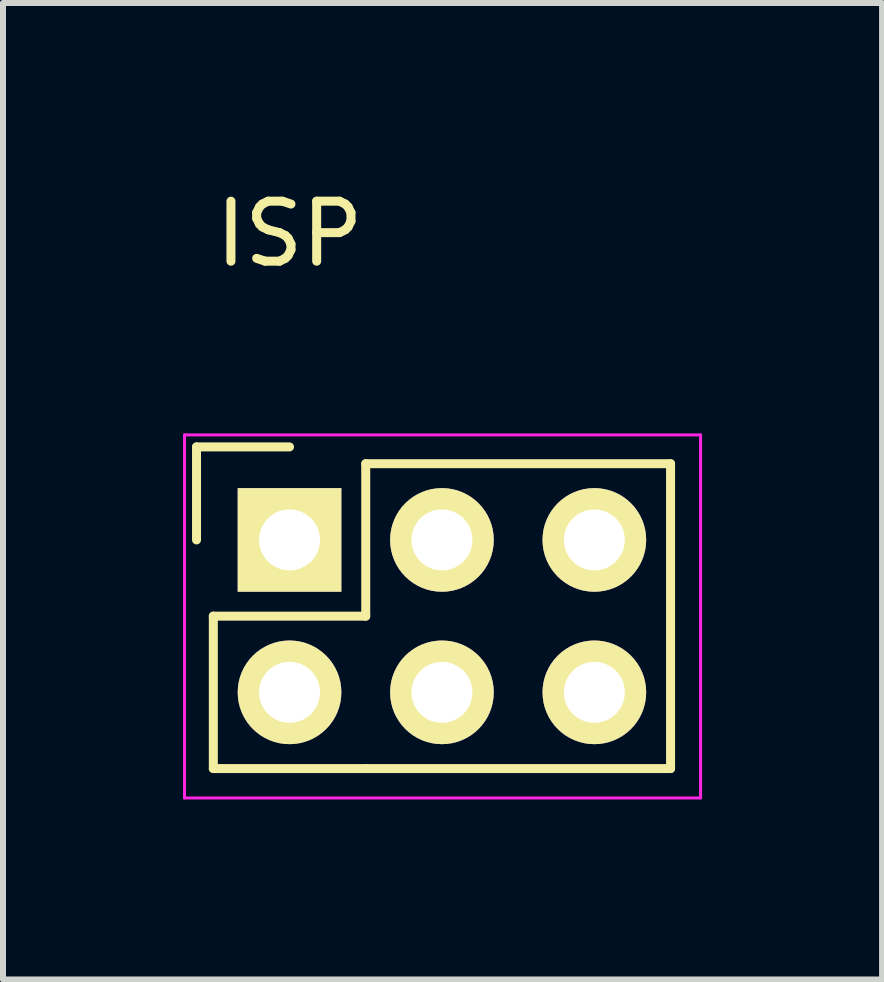
<source format=kicad_pcb>
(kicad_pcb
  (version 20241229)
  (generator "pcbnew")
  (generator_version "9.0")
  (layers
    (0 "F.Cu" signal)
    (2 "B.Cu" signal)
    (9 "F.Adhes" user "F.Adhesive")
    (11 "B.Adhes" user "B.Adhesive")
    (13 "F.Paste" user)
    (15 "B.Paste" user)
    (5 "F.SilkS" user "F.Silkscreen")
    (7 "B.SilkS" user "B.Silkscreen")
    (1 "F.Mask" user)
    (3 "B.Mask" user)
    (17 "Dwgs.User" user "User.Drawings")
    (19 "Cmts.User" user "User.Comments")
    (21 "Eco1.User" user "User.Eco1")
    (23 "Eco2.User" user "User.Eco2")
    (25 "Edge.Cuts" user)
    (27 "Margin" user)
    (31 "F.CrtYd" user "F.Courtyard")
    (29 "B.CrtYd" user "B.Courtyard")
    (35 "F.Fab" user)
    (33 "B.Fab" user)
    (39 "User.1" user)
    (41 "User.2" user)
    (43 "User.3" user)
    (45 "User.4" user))
  (footprint "ISP"
    (layer "F.Cu")
    (at 1.775 5.948)
    (property "Reference" "ISP" (at 0 -5.1 0) (layer "F.SilkS") (effects (font (size 1 1) (thickness 0.15))))
    (attr through_hole)
    (fp_line (start -1.55 -1.55) (end -1.55 0) (stroke (width 0.15) (type solid)) (layer "F.SilkS"))
    (fp_line (start -1.55 -1.55) (end 0 -1.55) (stroke (width 0.15) (type solid)) (layer "F.SilkS"))
    (fp_line (start -1.27 1.27) (end 1.27 1.27) (stroke (width 0.15) (type solid)) (layer "F.SilkS"))
    (fp_line (start -1.27 3.81) (end -1.27 1.27) (stroke (width 0.15) (type solid)) (layer "F.SilkS"))
    (fp_line (start 1.27 1.27) (end 1.27 -1.27) (stroke (width 0.15) (type solid)) (layer "F.SilkS"))
    (fp_line (start 1.27 3.81) (end -1.27 3.81) (stroke (width 0.15) (type solid)) (layer "F.SilkS"))
    (fp_line (start 6.35 -1.27) (end 1.27 -1.27) (stroke (width 0.15) (type solid)) (layer "F.SilkS"))
    (fp_line (start 6.35 -1.27) (end 6.35 3.81) (stroke (width 0.15) (type solid)) (layer "F.SilkS"))
    (fp_line (start 6.35 3.81) (end 1.27 3.81) (stroke (width 0.15) (type solid)) (layer "F.SilkS"))
    (fp_line (start -1.75 -1.75) (end -1.75 4.3) (stroke (width 0.05) (type solid)) (layer "F.CrtYd"))
    (fp_line (start -1.75 -1.75) (end 6.85 -1.75) (stroke (width 0.05) (type solid)) (layer "F.CrtYd"))
    (fp_line (start -1.75 4.3) (end 6.85 4.3) (stroke (width 0.05) (type solid)) (layer "F.CrtYd"))
    (fp_line (start 6.85 -1.75) (end 6.85 4.3) (stroke (width 0.05) (type solid)) (layer "F.CrtYd"))
    (pad "1" thru_hole rect (at 0 0) (size 1.727 1.727) (drill 1.016) (layers "*.Cu" "*.Mask" "F.SilkS"))
    (pad "2" thru_hole oval (at 0 2.54) (size 1.727 1.727) (drill 1.016) (layers "*.Cu" "*.Mask" "F.SilkS"))
    (pad "3" thru_hole oval (at 2.54 0) (size 1.727 1.727) (drill 1.016) (layers "*.Cu" "*.Mask" "F.SilkS"))
    (pad "4" thru_hole oval (at 2.54 2.54) (size 1.727 1.727) (drill 1.016) (layers "*.Cu" "*.Mask" "F.SilkS"))
    (pad "5" thru_hole oval (at 5.08 0) (size 1.727 1.727) (drill 1.016) (layers "*.Cu" "*.Mask" "F.SilkS"))
    (pad "6" thru_hole oval (at 5.08 2.54) (size 1.727 1.727) (drill 1.016) (layers "*.Cu" "*.Mask" "F.SilkS")))
  (gr_rect
    (start -3 -3)
    (end 11.65 13.273)
    (stroke (width 0.1) (type default))
    (fill no)
    (layer "Edge.Cuts")))
</source>
